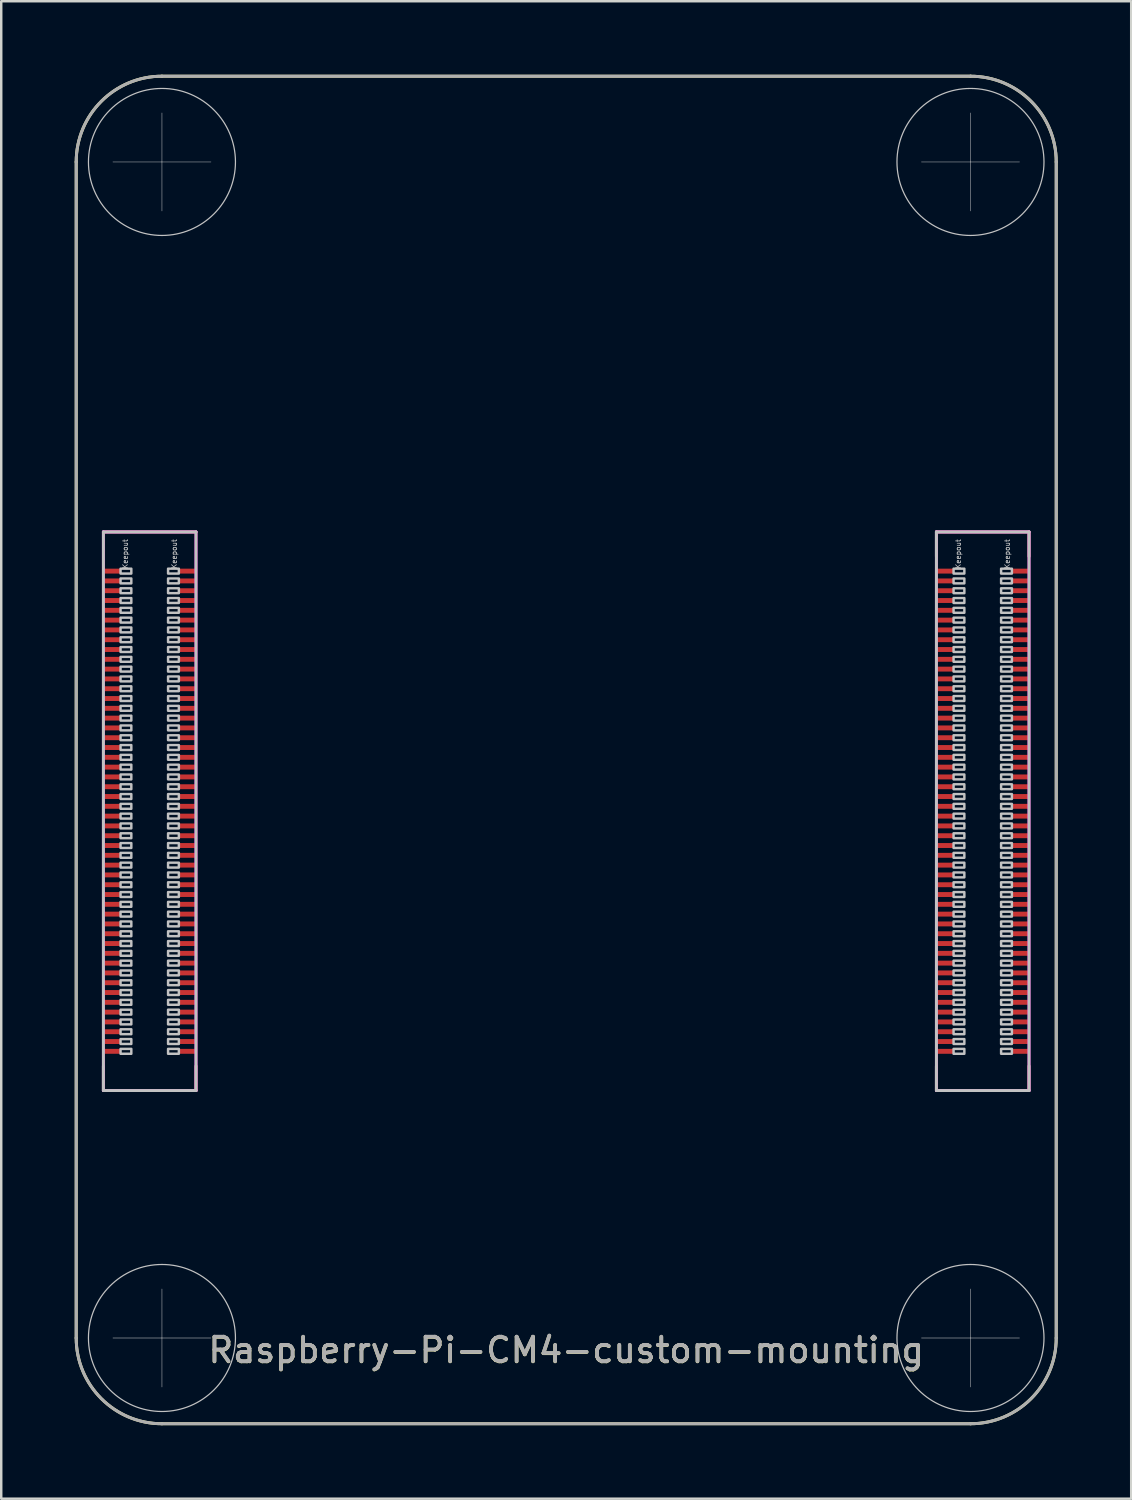
<source format=kicad_pcb>
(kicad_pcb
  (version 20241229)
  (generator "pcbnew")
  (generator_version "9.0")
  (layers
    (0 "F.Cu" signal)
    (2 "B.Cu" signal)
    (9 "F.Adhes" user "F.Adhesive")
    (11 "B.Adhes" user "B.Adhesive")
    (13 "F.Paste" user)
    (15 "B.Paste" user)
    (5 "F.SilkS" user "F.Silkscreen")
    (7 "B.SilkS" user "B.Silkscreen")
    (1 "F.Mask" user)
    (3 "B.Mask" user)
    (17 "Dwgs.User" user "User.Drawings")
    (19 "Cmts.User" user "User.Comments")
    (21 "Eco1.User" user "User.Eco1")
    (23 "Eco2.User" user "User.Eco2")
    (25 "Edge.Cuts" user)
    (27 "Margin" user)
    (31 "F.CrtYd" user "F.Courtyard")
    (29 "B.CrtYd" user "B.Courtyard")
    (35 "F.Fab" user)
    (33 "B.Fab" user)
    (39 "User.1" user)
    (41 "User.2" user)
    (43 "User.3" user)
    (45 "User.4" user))
  (footprint "Raspberry-Pi-CM4-custom-mounting"
    (layer "F.Cu")
    (at 20.06 30.06)
    (property "Reference" "Raspberry-Pi-CM4-custom-mounting" (at 0 22 0) (layer "F.SilkS") (effects (font (size 1 1) (thickness 0.15))))
    (attr smd)
    (fp_line (start -20 -26.5) (end -20 21.5) (stroke (width 0.12) (type solid)) (layer "F.SilkS"))
    (fp_line (start -18.89 -11.4) (end -15.11 -11.4) (stroke (width 0.12) (type solid)) (layer "F.SilkS"))
    (fp_line (start -18.89 11.4) (end -18.89 10.4) (stroke (width 0.12) (type solid)) (layer "F.SilkS"))
    (fp_line (start -18.89 11.4) (end -15.11 11.4) (stroke (width 0.12) (type solid)) (layer "F.SilkS"))
    (fp_line (start -16.5 25) (end 16.5 25) (stroke (width 0.12) (type solid)) (layer "F.SilkS"))
    (fp_line (start -15.11 11.4) (end -15.11 10.4) (stroke (width 0.12) (type solid)) (layer "F.SilkS"))
    (fp_line (start 15.11 -11.4) (end 15.11 -10.4) (stroke (width 0.12) (type solid)) (layer "F.SilkS"))
    (fp_line (start 15.11 -11.4) (end 18.89 -11.4) (stroke (width 0.12) (type solid)) (layer "F.SilkS"))
    (fp_line (start 15.11 11.4) (end 15.11 10.4) (stroke (width 0.12) (type solid)) (layer "F.SilkS"))
    (fp_line (start 15.11 11.4) (end 18.89 11.4) (stroke (width 0.12) (type solid)) (layer "F.SilkS"))
    (fp_line (start 16.5 -30) (end -16.5 -30) (stroke (width 0.12) (type solid)) (layer "F.SilkS"))
    (fp_line (start 18.89 -11.4) (end 18.89 -10.4) (stroke (width 0.12) (type solid)) (layer "F.SilkS"))
    (fp_line (start 18.89 11.4) (end 18.89 10.4) (stroke (width 0.12) (type solid)) (layer "F.SilkS"))
    (fp_line (start 20 21.5) (end 20 -26.5) (stroke (width 0.12) (type solid)) (layer "F.SilkS"))
    (fp_arc (start -20 -26.5) (mid -18.974874 -28.974874) (end -16.5 -30) (stroke (width 0.12) (type solid)) (layer "F.SilkS"))
    (fp_arc (start -16.5 25) (mid -18.974874 23.974874) (end -20 21.5) (stroke (width 0.12) (type solid)) (layer "F.SilkS"))
    (fp_arc (start 16.5 -30) (mid 18.974874 -28.974874) (end 20 -26.5) (stroke (width 0.12) (type solid)) (layer "F.SilkS"))
    (fp_arc (start 20 21.5) (mid 18.974874 23.974874) (end 16.5 25) (stroke (width 0.12) (type solid)) (layer "F.SilkS"))
    (fp_line (start -18.89 -11.4) (end -15.11 -11.4) (stroke (width 0.12) (type solid)) (layer "Dwgs.User"))
    (fp_line (start -18.89 11.4) (end -18.89 -11.4) (stroke (width 0.12) (type solid)) (layer "Dwgs.User"))
    (fp_line (start -16.5 -26.5) (end -18.5 -26.5) (stroke (width 0.02) (type solid)) (layer "Dwgs.User"))
    (fp_line (start -16.5 -26.5) (end -16.5 -28.5) (stroke (width 0.02) (type solid)) (layer "Dwgs.User"))
    (fp_line (start -16.5 -26.5) (end -16.5 -24.5) (stroke (width 0.02) (type solid)) (layer "Dwgs.User"))
    (fp_line (start -16.5 -26.5) (end -14.5 -26.5) (stroke (width 0.02) (type solid)) (layer "Dwgs.User"))
    (fp_line (start -16.5 21.5) (end -18.5 21.5) (stroke (width 0.02) (type solid)) (layer "Dwgs.User"))
    (fp_line (start -16.5 21.5) (end -16.5 19.5) (stroke (width 0.02) (type solid)) (layer "Dwgs.User"))
    (fp_line (start -16.5 21.5) (end -16.5 23.5) (stroke (width 0.02) (type solid)) (layer "Dwgs.User"))
    (fp_line (start -16.5 21.5) (end -14.5 21.5) (stroke (width 0.02) (type solid)) (layer "Dwgs.User"))
    (fp_line (start -15.11 -11.4) (end -15.11 11.4) (stroke (width 0.12) (type solid)) (layer "Dwgs.User"))
    (fp_line (start -15.11 11.4) (end -18.89 11.4) (stroke (width 0.12) (type solid)) (layer "Dwgs.User"))
    (fp_line (start 15.11 -11.4) (end 18.89 -11.4) (stroke (width 0.12) (type solid)) (layer "Dwgs.User"))
    (fp_line (start 15.11 11.4) (end 15.11 -11.4) (stroke (width 0.12) (type solid)) (layer "Dwgs.User"))
    (fp_line (start 16.5 -26.5) (end 14.5 -26.5) (stroke (width 0.02) (type solid)) (layer "Dwgs.User"))
    (fp_line (start 16.5 -26.5) (end 16.5 -28.5) (stroke (width 0.02) (type solid)) (layer "Dwgs.User"))
    (fp_line (start 16.5 -26.5) (end 16.5 -24.5) (stroke (width 0.02) (type solid)) (layer "Dwgs.User"))
    (fp_line (start 16.5 -26.5) (end 18.5 -26.5) (stroke (width 0.02) (type solid)) (layer "Dwgs.User"))
    (fp_line (start 16.5 21.5) (end 14.5 21.5) (stroke (width 0.02) (type solid)) (layer "Dwgs.User"))
    (fp_line (start 16.5 21.5) (end 16.5 19.5) (stroke (width 0.02) (type solid)) (layer "Dwgs.User"))
    (fp_line (start 16.5 21.5) (end 16.5 23.5) (stroke (width 0.02) (type solid)) (layer "Dwgs.User"))
    (fp_line (start 16.5 21.5) (end 18.5 21.5) (stroke (width 0.02) (type solid)) (layer "Dwgs.User"))
    (fp_line (start 18.89 -11.4) (end 18.89 11.4) (stroke (width 0.12) (type solid)) (layer "Dwgs.User"))
    (fp_line (start 18.89 11.4) (end 15.11 11.4) (stroke (width 0.12) (type solid)) (layer "Dwgs.User"))
    (fp_circle (center -16.5 -26.5) (end -13.5 -26.5) (stroke (width 0.05) (type solid)) (fill no) (layer "Dwgs.User"))
    (fp_circle (center -16.5 21.5) (end -13.5 21.5) (stroke (width 0.05) (type solid)) (fill no) (layer "Dwgs.User"))
    (fp_circle (center 16.5 -26.5) (end 19.5 -26.5) (stroke (width 0.05) (type solid)) (fill no) (layer "Dwgs.User"))
    (fp_circle (center 16.5 21.5) (end 19.5 21.5) (stroke (width 0.05) (type solid)) (fill no) (layer "Dwgs.User"))
    (fp_poly (pts (xy -17.75 -9.7) (xy -18.19 -9.7) (xy -18.19 -9.9) (xy -17.75 -9.9)) (stroke (width 0.1) (type solid)) (fill no) (layer "Dwgs.User"))
    (fp_poly (pts (xy -17.75 -9.3) (xy -18.19 -9.3) (xy -18.19 -9.5) (xy -17.75 -9.5)) (stroke (width 0.1) (type solid)) (fill no) (layer "Dwgs.User"))
    (fp_poly (pts (xy -17.75 -8.9) (xy -18.19 -8.9) (xy -18.19 -9.1) (xy -17.75 -9.1)) (stroke (width 0.1) (type solid)) (fill no) (layer "Dwgs.User"))
    (fp_poly (pts (xy -17.75 -8.5) (xy -18.19 -8.5) (xy -18.19 -8.7) (xy -17.75 -8.7)) (stroke (width 0.1) (type solid)) (fill no) (layer "Dwgs.User"))
    (fp_poly (pts (xy -17.75 -8.1) (xy -18.19 -8.1) (xy -18.19 -8.3) (xy -17.75 -8.3)) (stroke (width 0.1) (type solid)) (fill no) (layer "Dwgs.User"))
    (fp_poly (pts (xy -17.75 -7.7) (xy -18.19 -7.7) (xy -18.19 -7.9) (xy -17.75 -7.9)) (stroke (width 0.1) (type solid)) (fill no) (layer "Dwgs.User"))
    (fp_poly (pts (xy -17.75 -7.3) (xy -18.19 -7.3) (xy -18.19 -7.5) (xy -17.75 -7.5)) (stroke (width 0.1) (type solid)) (fill no) (layer "Dwgs.User"))
    (fp_poly (pts (xy -17.75 -6.9) (xy -18.19 -6.9) (xy -18.19 -7.1) (xy -17.75 -7.1)) (stroke (width 0.1) (type solid)) (fill no) (layer "Dwgs.User"))
    (fp_poly (pts (xy -17.75 -6.5) (xy -18.19 -6.5) (xy -18.19 -6.7) (xy -17.75 -6.7)) (stroke (width 0.1) (type solid)) (fill no) (layer "Dwgs.User"))
    (fp_poly (pts (xy -17.75 -6.1) (xy -18.19 -6.1) (xy -18.19 -6.3) (xy -17.75 -6.3)) (stroke (width 0.1) (type solid)) (fill no) (layer "Dwgs.User"))
    (fp_poly (pts (xy -17.75 -5.7) (xy -18.19 -5.7) (xy -18.19 -5.9) (xy -17.75 -5.9)) (stroke (width 0.1) (type solid)) (fill no) (layer "Dwgs.User"))
    (fp_poly (pts (xy -17.75 -5.3) (xy -18.19 -5.3) (xy -18.19 -5.5) (xy -17.75 -5.5)) (stroke (width 0.1) (type solid)) (fill no) (layer "Dwgs.User"))
    (fp_poly (pts (xy -17.75 -4.9) (xy -18.19 -4.9) (xy -18.19 -5.1) (xy -17.75 -5.1)) (stroke (width 0.1) (type solid)) (fill no) (layer "Dwgs.User"))
    (fp_poly (pts (xy -17.75 -4.5) (xy -18.19 -4.5) (xy -18.19 -4.7) (xy -17.75 -4.7)) (stroke (width 0.1) (type solid)) (fill no) (layer "Dwgs.User"))
    (fp_poly (pts (xy -17.75 -4.1) (xy -18.19 -4.1) (xy -18.19 -4.3) (xy -17.75 -4.3)) (stroke (width 0.1) (type solid)) (fill no) (layer "Dwgs.User"))
    (fp_poly (pts (xy -17.75 -3.7) (xy -18.19 -3.7) (xy -18.19 -3.9) (xy -17.75 -3.9)) (stroke (width 0.1) (type solid)) (fill no) (layer "Dwgs.User"))
    (fp_poly (pts (xy -17.75 -3.3) (xy -18.19 -3.3) (xy -18.19 -3.5) (xy -17.75 -3.5)) (stroke (width 0.1) (type solid)) (fill no) (layer "Dwgs.User"))
    (fp_poly (pts (xy -17.75 -2.9) (xy -18.19 -2.9) (xy -18.19 -3.1) (xy -17.75 -3.1)) (stroke (width 0.1) (type solid)) (fill no) (layer "Dwgs.User"))
    (fp_poly (pts (xy -17.75 -2.5) (xy -18.19 -2.5) (xy -18.19 -2.7) (xy -17.75 -2.7)) (stroke (width 0.1) (type solid)) (fill no) (layer "Dwgs.User"))
    (fp_poly (pts (xy -17.75 -2.1) (xy -18.19 -2.1) (xy -18.19 -2.3) (xy -17.75 -2.3)) (stroke (width 0.1) (type solid)) (fill no) (layer "Dwgs.User"))
    (fp_poly (pts (xy -17.75 -1.7) (xy -18.19 -1.7) (xy -18.19 -1.9) (xy -17.75 -1.9)) (stroke (width 0.1) (type solid)) (fill no) (layer "Dwgs.User"))
    (fp_poly (pts (xy -17.75 -1.3) (xy -18.19 -1.3) (xy -18.19 -1.5) (xy -17.75 -1.5)) (stroke (width 0.1) (type solid)) (fill no) (layer "Dwgs.User"))
    (fp_poly (pts (xy -17.75 -0.9) (xy -18.19 -0.9) (xy -18.19 -1.1) (xy -17.75 -1.1)) (stroke (width 0.1) (type solid)) (fill no) (layer "Dwgs.User"))
    (fp_poly (pts (xy -17.75 -0.5) (xy -18.19 -0.5) (xy -18.19 -0.7) (xy -17.75 -0.7)) (stroke (width 0.1) (type solid)) (fill no) (layer "Dwgs.User"))
    (fp_poly (pts (xy -17.75 -0.1) (xy -18.19 -0.1) (xy -18.19 -0.3) (xy -17.75 -0.3)) (stroke (width 0.1) (type solid)) (fill no) (layer "Dwgs.User"))
    (fp_poly (pts (xy -17.75 0.3) (xy -18.19 0.3) (xy -18.19 0.1) (xy -17.75 0.1)) (stroke (width 0.1) (type solid)) (fill no) (layer "Dwgs.User"))
    (fp_poly (pts (xy -17.75 0.7) (xy -18.19 0.7) (xy -18.19 0.5) (xy -17.75 0.5)) (stroke (width 0.1) (type solid)) (fill no) (layer "Dwgs.User"))
    (fp_poly (pts (xy -17.75 1.1) (xy -18.19 1.1) (xy -18.19 0.9) (xy -17.75 0.9)) (stroke (width 0.1) (type solid)) (fill no) (layer "Dwgs.User"))
    (fp_poly (pts (xy -17.75 1.5) (xy -18.19 1.5) (xy -18.19 1.3) (xy -17.75 1.3)) (stroke (width 0.1) (type solid)) (fill no) (layer "Dwgs.User"))
    (fp_poly (pts (xy -17.75 1.9) (xy -18.19 1.9) (xy -18.19 1.7) (xy -17.75 1.7)) (stroke (width 0.1) (type solid)) (fill no) (layer "Dwgs.User"))
    (fp_poly (pts (xy -17.75 2.3) (xy -18.19 2.3) (xy -18.19 2.1) (xy -17.75 2.1)) (stroke (width 0.1) (type solid)) (fill no) (layer "Dwgs.User"))
    (fp_poly (pts (xy -17.75 2.7) (xy -18.19 2.7) (xy -18.19 2.5) (xy -17.75 2.5)) (stroke (width 0.1) (type solid)) (fill no) (layer "Dwgs.User"))
    (fp_poly (pts (xy -17.75 3.1) (xy -18.19 3.1) (xy -18.19 2.9) (xy -17.75 2.9)) (stroke (width 0.1) (type solid)) (fill no) (layer "Dwgs.User"))
    (fp_poly (pts (xy -17.75 3.5) (xy -18.19 3.5) (xy -18.19 3.3) (xy -17.75 3.3)) (stroke (width 0.1) (type solid)) (fill no) (layer "Dwgs.User"))
    (fp_poly (pts (xy -17.75 3.9) (xy -18.19 3.9) (xy -18.19 3.7) (xy -17.75 3.7)) (stroke (width 0.1) (type solid)) (fill no) (layer "Dwgs.User"))
    (fp_poly (pts (xy -17.75 4.3) (xy -18.19 4.3) (xy -18.19 4.1) (xy -17.75 4.1)) (stroke (width 0.1) (type solid)) (fill no) (layer "Dwgs.User"))
    (fp_poly (pts (xy -17.75 4.7) (xy -18.19 4.7) (xy -18.19 4.5) (xy -17.75 4.5)) (stroke (width 0.1) (type solid)) (fill no) (layer "Dwgs.User"))
    (fp_poly (pts (xy -17.75 5.1) (xy -18.19 5.1) (xy -18.19 4.9) (xy -17.75 4.9)) (stroke (width 0.1) (type solid)) (fill no) (layer "Dwgs.User"))
    (fp_poly (pts (xy -17.75 5.5) (xy -18.19 5.5) (xy -18.19 5.3) (xy -17.75 5.3)) (stroke (width 0.1) (type solid)) (fill no) (layer "Dwgs.User"))
    (fp_poly (pts (xy -17.75 5.9) (xy -18.19 5.9) (xy -18.19 5.7) (xy -17.75 5.7)) (stroke (width 0.1) (type solid)) (fill no) (layer "Dwgs.User"))
    (fp_poly (pts (xy -17.75 6.3) (xy -18.19 6.3) (xy -18.19 6.1) (xy -17.75 6.1)) (stroke (width 0.1) (type solid)) (fill no) (layer "Dwgs.User"))
    (fp_poly (pts (xy -17.75 6.7) (xy -18.19 6.7) (xy -18.19 6.5) (xy -17.75 6.5)) (stroke (width 0.1) (type solid)) (fill no) (layer "Dwgs.User"))
    (fp_poly (pts (xy -17.75 7.1) (xy -18.19 7.1) (xy -18.19 6.9) (xy -17.75 6.9)) (stroke (width 0.1) (type solid)) (fill no) (layer "Dwgs.User"))
    (fp_poly (pts (xy -17.75 7.5) (xy -18.19 7.5) (xy -18.19 7.3) (xy -17.75 7.3)) (stroke (width 0.1) (type solid)) (fill no) (layer "Dwgs.User"))
    (fp_poly (pts (xy -17.75 7.9) (xy -18.19 7.9) (xy -18.19 7.7) (xy -17.75 7.7)) (stroke (width 0.1) (type solid)) (fill no) (layer "Dwgs.User"))
    (fp_poly (pts (xy -17.75 8.3) (xy -18.19 8.3) (xy -18.19 8.1) (xy -17.75 8.1)) (stroke (width 0.1) (type solid)) (fill no) (layer "Dwgs.User"))
    (fp_poly (pts (xy -17.75 8.7) (xy -18.19 8.7) (xy -18.19 8.5) (xy -17.75 8.5)) (stroke (width 0.1) (type solid)) (fill no) (layer "Dwgs.User"))
    (fp_poly (pts (xy -17.75 9.1) (xy -18.19 9.1) (xy -18.19 8.9) (xy -17.75 8.9)) (stroke (width 0.1) (type solid)) (fill no) (layer "Dwgs.User"))
    (fp_poly (pts (xy -17.75 9.5) (xy -18.19 9.5) (xy -18.19 9.3) (xy -17.75 9.3)) (stroke (width 0.1) (type solid)) (fill no) (layer "Dwgs.User"))
    (fp_poly (pts (xy -17.75 9.9) (xy -18.19 9.9) (xy -18.19 9.7) (xy -17.75 9.7)) (stroke (width 0.1) (type solid)) (fill no) (layer "Dwgs.User"))
    (fp_poly (pts (xy -15.81 -9.7) (xy -16.25 -9.7) (xy -16.25 -9.9) (xy -15.81 -9.9)) (stroke (width 0.1) (type solid)) (fill no) (layer "Dwgs.User"))
    (fp_poly (pts (xy -15.81 -9.3) (xy -16.25 -9.3) (xy -16.25 -9.5) (xy -15.81 -9.5)) (stroke (width 0.1) (type solid)) (fill no) (layer "Dwgs.User"))
    (fp_poly (pts (xy -15.81 -8.9) (xy -16.25 -8.9) (xy -16.25 -9.1) (xy -15.81 -9.1)) (stroke (width 0.1) (type solid)) (fill no) (layer "Dwgs.User"))
    (fp_poly (pts (xy -15.81 -8.5) (xy -16.25 -8.5) (xy -16.25 -8.7) (xy -15.81 -8.7)) (stroke (width 0.1) (type solid)) (fill no) (layer "Dwgs.User"))
    (fp_poly (pts (xy -15.81 -8.1) (xy -16.25 -8.1) (xy -16.25 -8.3) (xy -15.81 -8.3)) (stroke (width 0.1) (type solid)) (fill no) (layer "Dwgs.User"))
    (fp_poly (pts (xy -15.81 -7.7) (xy -16.25 -7.7) (xy -16.25 -7.9) (xy -15.81 -7.9)) (stroke (width 0.1) (type solid)) (fill no) (layer "Dwgs.User"))
    (fp_poly (pts (xy -15.81 -7.3) (xy -16.25 -7.3) (xy -16.25 -7.5) (xy -15.81 -7.5)) (stroke (width 0.1) (type solid)) (fill no) (layer "Dwgs.User"))
    (fp_poly (pts (xy -15.81 -6.9) (xy -16.25 -6.9) (xy -16.25 -7.1) (xy -15.81 -7.1)) (stroke (width 0.1) (type solid)) (fill no) (layer "Dwgs.User"))
    (fp_poly (pts (xy -15.81 -6.5) (xy -16.25 -6.5) (xy -16.25 -6.7) (xy -15.81 -6.7)) (stroke (width 0.1) (type solid)) (fill no) (layer "Dwgs.User"))
    (fp_poly (pts (xy -15.81 -6.1) (xy -16.25 -6.1) (xy -16.25 -6.3) (xy -15.81 -6.3)) (stroke (width 0.1) (type solid)) (fill no) (layer "Dwgs.User"))
    (fp_poly (pts (xy -15.81 -5.7) (xy -16.25 -5.7) (xy -16.25 -5.9) (xy -15.81 -5.9)) (stroke (width 0.1) (type solid)) (fill no) (layer "Dwgs.User"))
    (fp_poly (pts (xy -15.81 -5.3) (xy -16.25 -5.3) (xy -16.25 -5.5) (xy -15.81 -5.5)) (stroke (width 0.1) (type solid)) (fill no) (layer "Dwgs.User"))
    (fp_poly (pts (xy -15.81 -4.9) (xy -16.25 -4.9) (xy -16.25 -5.1) (xy -15.81 -5.1)) (stroke (width 0.1) (type solid)) (fill no) (layer "Dwgs.User"))
    (fp_poly (pts (xy -15.81 -4.5) (xy -16.25 -4.5) (xy -16.25 -4.7) (xy -15.81 -4.7)) (stroke (width 0.1) (type solid)) (fill no) (layer "Dwgs.User"))
    (fp_poly (pts (xy -15.81 -4.1) (xy -16.25 -4.1) (xy -16.25 -4.3) (xy -15.81 -4.3)) (stroke (width 0.1) (type solid)) (fill no) (layer "Dwgs.User"))
    (fp_poly (pts (xy -15.81 -3.7) (xy -16.25 -3.7) (xy -16.25 -3.9) (xy -15.81 -3.9)) (stroke (width 0.1) (type solid)) (fill no) (layer "Dwgs.User"))
    (fp_poly (pts (xy -15.81 -3.3) (xy -16.25 -3.3) (xy -16.25 -3.5) (xy -15.81 -3.5)) (stroke (width 0.1) (type solid)) (fill no) (layer "Dwgs.User"))
    (fp_poly (pts (xy -15.81 -2.9) (xy -16.25 -2.9) (xy -16.25 -3.1) (xy -15.81 -3.1)) (stroke (width 0.1) (type solid)) (fill no) (layer "Dwgs.User"))
    (fp_poly (pts (xy -15.81 -2.5) (xy -16.25 -2.5) (xy -16.25 -2.7) (xy -15.81 -2.7)) (stroke (width 0.1) (type solid)) (fill no) (layer "Dwgs.User"))
    (fp_poly (pts (xy -15.81 -2.1) (xy -16.25 -2.1) (xy -16.25 -2.3) (xy -15.81 -2.3)) (stroke (width 0.1) (type solid)) (fill no) (layer "Dwgs.User"))
    (fp_poly (pts (xy -15.81 -1.7) (xy -16.25 -1.7) (xy -16.25 -1.9) (xy -15.81 -1.9)) (stroke (width 0.1) (type solid)) (fill no) (layer "Dwgs.User"))
    (fp_poly (pts (xy -15.81 -1.3) (xy -16.25 -1.3) (xy -16.25 -1.5) (xy -15.81 -1.5)) (stroke (width 0.1) (type solid)) (fill no) (layer "Dwgs.User"))
    (fp_poly (pts (xy -15.81 -0.9) (xy -16.25 -0.9) (xy -16.25 -1.1) (xy -15.81 -1.1)) (stroke (width 0.1) (type solid)) (fill no) (layer "Dwgs.User"))
    (fp_poly (pts (xy -15.81 -0.5) (xy -16.25 -0.5) (xy -16.25 -0.7) (xy -15.81 -0.7)) (stroke (width 0.1) (type solid)) (fill no) (layer "Dwgs.User"))
    (fp_poly (pts (xy -15.81 -0.1) (xy -16.25 -0.1) (xy -16.25 -0.3) (xy -15.81 -0.3)) (stroke (width 0.1) (type solid)) (fill no) (layer "Dwgs.User"))
    (fp_poly (pts (xy -15.81 0.3) (xy -16.25 0.3) (xy -16.25 0.1) (xy -15.81 0.1)) (stroke (width 0.1) (type solid)) (fill no) (layer "Dwgs.User"))
    (fp_poly (pts (xy -15.81 0.7) (xy -16.25 0.7) (xy -16.25 0.5) (xy -15.81 0.5)) (stroke (width 0.1) (type solid)) (fill no) (layer "Dwgs.User"))
    (fp_poly (pts (xy -15.81 1.1) (xy -16.25 1.1) (xy -16.25 0.9) (xy -15.81 0.9)) (stroke (width 0.1) (type solid)) (fill no) (layer "Dwgs.User"))
    (fp_poly (pts (xy -15.81 1.5) (xy -16.25 1.5) (xy -16.25 1.3) (xy -15.81 1.3)) (stroke (width 0.1) (type solid)) (fill no) (layer "Dwgs.User"))
    (fp_poly (pts (xy -15.81 1.9) (xy -16.25 1.9) (xy -16.25 1.7) (xy -15.81 1.7)) (stroke (width 0.1) (type solid)) (fill no) (layer "Dwgs.User"))
    (fp_poly (pts (xy -15.81 2.3) (xy -16.25 2.3) (xy -16.25 2.1) (xy -15.81 2.1)) (stroke (width 0.1) (type solid)) (fill no) (layer "Dwgs.User"))
    (fp_poly (pts (xy -15.81 2.7) (xy -16.25 2.7) (xy -16.25 2.5) (xy -15.81 2.5)) (stroke (width 0.1) (type solid)) (fill no) (layer "Dwgs.User"))
    (fp_poly (pts (xy -15.81 3.1) (xy -16.25 3.1) (xy -16.25 2.9) (xy -15.81 2.9)) (stroke (width 0.1) (type solid)) (fill no) (layer "Dwgs.User"))
    (fp_poly (pts (xy -15.81 3.5) (xy -16.25 3.5) (xy -16.25 3.3) (xy -15.81 3.3)) (stroke (width 0.1) (type solid)) (fill no) (layer "Dwgs.User"))
    (fp_poly (pts (xy -15.81 3.9) (xy -16.25 3.9) (xy -16.25 3.7) (xy -15.81 3.7)) (stroke (width 0.1) (type solid)) (fill no) (layer "Dwgs.User"))
    (fp_poly (pts (xy -15.81 4.3) (xy -16.25 4.3) (xy -16.25 4.1) (xy -15.81 4.1)) (stroke (width 0.1) (type solid)) (fill no) (layer "Dwgs.User"))
    (fp_poly (pts (xy -15.81 4.7) (xy -16.25 4.7) (xy -16.25 4.5) (xy -15.81 4.5)) (stroke (width 0.1) (type solid)) (fill no) (layer "Dwgs.User"))
    (fp_poly (pts (xy -15.81 5.1) (xy -16.25 5.1) (xy -16.25 4.9) (xy -15.81 4.9)) (stroke (width 0.1) (type solid)) (fill no) (layer "Dwgs.User"))
    (fp_poly (pts (xy -15.81 5.5) (xy -16.25 5.5) (xy -16.25 5.3) (xy -15.81 5.3)) (stroke (width 0.1) (type solid)) (fill no) (layer "Dwgs.User"))
    (fp_poly (pts (xy -15.81 5.9) (xy -16.25 5.9) (xy -16.25 5.7) (xy -15.81 5.7)) (stroke (width 0.1) (type solid)) (fill no) (layer "Dwgs.User"))
    (fp_poly (pts (xy -15.81 6.3) (xy -16.25 6.3) (xy -16.25 6.1) (xy -15.81 6.1)) (stroke (width 0.1) (type solid)) (fill no) (layer "Dwgs.User"))
    (fp_poly (pts (xy -15.81 6.7) (xy -16.25 6.7) (xy -16.25 6.5) (xy -15.81 6.5)) (stroke (width 0.1) (type solid)) (fill no) (layer "Dwgs.User"))
    (fp_poly (pts (xy -15.81 7.1) (xy -16.25 7.1) (xy -16.25 6.9) (xy -15.81 6.9)) (stroke (width 0.1) (type solid)) (fill no) (layer "Dwgs.User"))
    (fp_poly (pts (xy -15.81 7.5) (xy -16.25 7.5) (xy -16.25 7.3) (xy -15.81 7.3)) (stroke (width 0.1) (type solid)) (fill no) (layer "Dwgs.User"))
    (fp_poly (pts (xy -15.81 7.9) (xy -16.25 7.9) (xy -16.25 7.7) (xy -15.81 7.7)) (stroke (width 0.1) (type solid)) (fill no) (layer "Dwgs.User"))
    (fp_poly (pts (xy -15.81 8.3) (xy -16.25 8.3) (xy -16.25 8.1) (xy -15.81 8.1)) (stroke (width 0.1) (type solid)) (fill no) (layer "Dwgs.User"))
    (fp_poly (pts (xy -15.81 8.7) (xy -16.25 8.7) (xy -16.25 8.5) (xy -15.81 8.5)) (stroke (width 0.1) (type solid)) (fill no) (layer "Dwgs.User"))
    (fp_poly (pts (xy -15.81 9.1) (xy -16.25 9.1) (xy -16.25 8.9) (xy -15.81 8.9)) (stroke (width 0.1) (type solid)) (fill no) (layer "Dwgs.User"))
    (fp_poly (pts (xy -15.81 9.5) (xy -16.25 9.5) (xy -16.25 9.3) (xy -15.81 9.3)) (stroke (width 0.1) (type solid)) (fill no) (layer "Dwgs.User"))
    (fp_poly (pts (xy -15.81 9.9) (xy -16.25 9.9) (xy -16.25 9.7) (xy -15.81 9.7)) (stroke (width 0.1) (type solid)) (fill no) (layer "Dwgs.User"))
    (fp_poly (pts (xy 16.25 -9.7) (xy 15.81 -9.7) (xy 15.81 -9.9) (xy 16.25 -9.9)) (stroke (width 0.1) (type solid)) (fill no) (layer "Dwgs.User"))
    (fp_poly (pts (xy 16.25 -9.3) (xy 15.81 -9.3) (xy 15.81 -9.5) (xy 16.25 -9.5)) (stroke (width 0.1) (type solid)) (fill no) (layer "Dwgs.User"))
    (fp_poly (pts (xy 16.25 -8.9) (xy 15.81 -8.9) (xy 15.81 -9.1) (xy 16.25 -9.1)) (stroke (width 0.1) (type solid)) (fill no) (layer "Dwgs.User"))
    (fp_poly (pts (xy 16.25 -8.5) (xy 15.81 -8.5) (xy 15.81 -8.7) (xy 16.25 -8.7)) (stroke (width 0.1) (type solid)) (fill no) (layer "Dwgs.User"))
    (fp_poly (pts (xy 16.25 -8.1) (xy 15.81 -8.1) (xy 15.81 -8.3) (xy 16.25 -8.3)) (stroke (width 0.1) (type solid)) (fill no) (layer "Dwgs.User"))
    (fp_poly (pts (xy 16.25 -7.7) (xy 15.81 -7.7) (xy 15.81 -7.9) (xy 16.25 -7.9)) (stroke (width 0.1) (type solid)) (fill no) (layer "Dwgs.User"))
    (fp_poly (pts (xy 16.25 -7.3) (xy 15.81 -7.3) (xy 15.81 -7.5) (xy 16.25 -7.5)) (stroke (width 0.1) (type solid)) (fill no) (layer "Dwgs.User"))
    (fp_poly (pts (xy 16.25 -6.9) (xy 15.81 -6.9) (xy 15.81 -7.1) (xy 16.25 -7.1)) (stroke (width 0.1) (type solid)) (fill no) (layer "Dwgs.User"))
    (fp_poly (pts (xy 16.25 -6.5) (xy 15.81 -6.5) (xy 15.81 -6.7) (xy 16.25 -6.7)) (stroke (width 0.1) (type solid)) (fill no) (layer "Dwgs.User"))
    (fp_poly (pts (xy 16.25 -6.1) (xy 15.81 -6.1) (xy 15.81 -6.3) (xy 16.25 -6.3)) (stroke (width 0.1) (type solid)) (fill no) (layer "Dwgs.User"))
    (fp_poly (pts (xy 16.25 -5.7) (xy 15.81 -5.7) (xy 15.81 -5.9) (xy 16.25 -5.9)) (stroke (width 0.1) (type solid)) (fill no) (layer "Dwgs.User"))
    (fp_poly (pts (xy 16.25 -5.3) (xy 15.81 -5.3) (xy 15.81 -5.5) (xy 16.25 -5.5)) (stroke (width 0.1) (type solid)) (fill no) (layer "Dwgs.User"))
    (fp_poly (pts (xy 16.25 -4.9) (xy 15.81 -4.9) (xy 15.81 -5.1) (xy 16.25 -5.1)) (stroke (width 0.1) (type solid)) (fill no) (layer "Dwgs.User"))
    (fp_poly (pts (xy 16.25 -4.5) (xy 15.81 -4.5) (xy 15.81 -4.7) (xy 16.25 -4.7)) (stroke (width 0.1) (type solid)) (fill no) (layer "Dwgs.User"))
    (fp_poly (pts (xy 16.25 -4.1) (xy 15.81 -4.1) (xy 15.81 -4.3) (xy 16.25 -4.3)) (stroke (width 0.1) (type solid)) (fill no) (layer "Dwgs.User"))
    (fp_poly (pts (xy 16.25 -3.7) (xy 15.81 -3.7) (xy 15.81 -3.9) (xy 16.25 -3.9)) (stroke (width 0.1) (type solid)) (fill no) (layer "Dwgs.User"))
    (fp_poly (pts (xy 16.25 -3.3) (xy 15.81 -3.3) (xy 15.81 -3.5) (xy 16.25 -3.5)) (stroke (width 0.1) (type solid)) (fill no) (layer "Dwgs.User"))
    (fp_poly (pts (xy 16.25 -2.9) (xy 15.81 -2.9) (xy 15.81 -3.1) (xy 16.25 -3.1)) (stroke (width 0.1) (type solid)) (fill no) (layer "Dwgs.User"))
    (fp_poly (pts (xy 16.25 -2.5) (xy 15.81 -2.5) (xy 15.81 -2.7) (xy 16.25 -2.7)) (stroke (width 0.1) (type solid)) (fill no) (layer "Dwgs.User"))
    (fp_poly (pts (xy 16.25 -2.1) (xy 15.81 -2.1) (xy 15.81 -2.3) (xy 16.25 -2.3)) (stroke (width 0.1) (type solid)) (fill no) (layer "Dwgs.User"))
    (fp_poly (pts (xy 16.25 -1.7) (xy 15.81 -1.7) (xy 15.81 -1.9) (xy 16.25 -1.9)) (stroke (width 0.1) (type solid)) (fill no) (layer "Dwgs.User"))
    (fp_poly (pts (xy 16.25 -1.3) (xy 15.81 -1.3) (xy 15.81 -1.5) (xy 16.25 -1.5)) (stroke (width 0.1) (type solid)) (fill no) (layer "Dwgs.User"))
    (fp_poly (pts (xy 16.25 -0.9) (xy 15.81 -0.9) (xy 15.81 -1.1) (xy 16.25 -1.1)) (stroke (width 0.1) (type solid)) (fill no) (layer "Dwgs.User"))
    (fp_poly (pts (xy 16.25 -0.5) (xy 15.81 -0.5) (xy 15.81 -0.7) (xy 16.25 -0.7)) (stroke (width 0.1) (type solid)) (fill no) (layer "Dwgs.User"))
    (fp_poly (pts (xy 16.25 -0.1) (xy 15.81 -0.1) (xy 15.81 -0.3) (xy 16.25 -0.3)) (stroke (width 0.1) (type solid)) (fill no) (layer "Dwgs.User"))
    (fp_poly (pts (xy 16.25 0.3) (xy 15.81 0.3) (xy 15.81 0.1) (xy 16.25 0.1)) (stroke (width 0.1) (type solid)) (fill no) (layer "Dwgs.User"))
    (fp_poly (pts (xy 16.25 0.7) (xy 15.81 0.7) (xy 15.81 0.5) (xy 16.25 0.5)) (stroke (width 0.1) (type solid)) (fill no) (layer "Dwgs.User"))
    (fp_poly (pts (xy 16.25 1.1) (xy 15.81 1.1) (xy 15.81 0.9) (xy 16.25 0.9)) (stroke (width 0.1) (type solid)) (fill no) (layer "Dwgs.User"))
    (fp_poly (pts (xy 16.25 1.5) (xy 15.81 1.5) (xy 15.81 1.3) (xy 16.25 1.3)) (stroke (width 0.1) (type solid)) (fill no) (layer "Dwgs.User"))
    (fp_poly (pts (xy 16.25 1.9) (xy 15.81 1.9) (xy 15.81 1.7) (xy 16.25 1.7)) (stroke (width 0.1) (type solid)) (fill no) (layer "Dwgs.User"))
    (fp_poly (pts (xy 16.25 2.3) (xy 15.81 2.3) (xy 15.81 2.1) (xy 16.25 2.1)) (stroke (width 0.1) (type solid)) (fill no) (layer "Dwgs.User"))
    (fp_poly (pts (xy 16.25 2.7) (xy 15.81 2.7) (xy 15.81 2.5) (xy 16.25 2.5)) (stroke (width 0.1) (type solid)) (fill no) (layer "Dwgs.User"))
    (fp_poly (pts (xy 16.25 3.1) (xy 15.81 3.1) (xy 15.81 2.9) (xy 16.25 2.9)) (stroke (width 0.1) (type solid)) (fill no) (layer "Dwgs.User"))
    (fp_poly (pts (xy 16.25 3.5) (xy 15.81 3.5) (xy 15.81 3.3) (xy 16.25 3.3)) (stroke (width 0.1) (type solid)) (fill no) (layer "Dwgs.User"))
    (fp_poly (pts (xy 16.25 3.9) (xy 15.81 3.9) (xy 15.81 3.7) (xy 16.25 3.7)) (stroke (width 0.1) (type solid)) (fill no) (layer "Dwgs.User"))
    (fp_poly (pts (xy 16.25 4.3) (xy 15.81 4.3) (xy 15.81 4.1) (xy 16.25 4.1)) (stroke (width 0.1) (type solid)) (fill no) (layer "Dwgs.User"))
    (fp_poly (pts (xy 16.25 4.7) (xy 15.81 4.7) (xy 15.81 4.5) (xy 16.25 4.5)) (stroke (width 0.1) (type solid)) (fill no) (layer "Dwgs.User"))
    (fp_poly (pts (xy 16.25 5.1) (xy 15.81 5.1) (xy 15.81 4.9) (xy 16.25 4.9)) (stroke (width 0.1) (type solid)) (fill no) (layer "Dwgs.User"))
    (fp_poly (pts (xy 16.25 5.5) (xy 15.81 5.5) (xy 15.81 5.3) (xy 16.25 5.3)) (stroke (width 0.1) (type solid)) (fill no) (layer "Dwgs.User"))
    (fp_poly (pts (xy 16.25 5.9) (xy 15.81 5.9) (xy 15.81 5.7) (xy 16.25 5.7)) (stroke (width 0.1) (type solid)) (fill no) (layer "Dwgs.User"))
    (fp_poly (pts (xy 16.25 6.3) (xy 15.81 6.3) (xy 15.81 6.1) (xy 16.25 6.1)) (stroke (width 0.1) (type solid)) (fill no) (layer "Dwgs.User"))
    (fp_poly (pts (xy 16.25 6.7) (xy 15.81 6.7) (xy 15.81 6.5) (xy 16.25 6.5)) (stroke (width 0.1) (type solid)) (fill no) (layer "Dwgs.User"))
    (fp_poly (pts (xy 16.25 7.1) (xy 15.81 7.1) (xy 15.81 6.9) (xy 16.25 6.9)) (stroke (width 0.1) (type solid)) (fill no) (layer "Dwgs.User"))
    (fp_poly (pts (xy 16.25 7.5) (xy 15.81 7.5) (xy 15.81 7.3) (xy 16.25 7.3)) (stroke (width 0.1) (type solid)) (fill no) (layer "Dwgs.User"))
    (fp_poly (pts (xy 16.25 7.9) (xy 15.81 7.9) (xy 15.81 7.7) (xy 16.25 7.7)) (stroke (width 0.1) (type solid)) (fill no) (layer "Dwgs.User"))
    (fp_poly (pts (xy 16.25 8.3) (xy 15.81 8.3) (xy 15.81 8.1) (xy 16.25 8.1)) (stroke (width 0.1) (type solid)) (fill no) (layer "Dwgs.User"))
    (fp_poly (pts (xy 16.25 8.7) (xy 15.81 8.7) (xy 15.81 8.5) (xy 16.25 8.5)) (stroke (width 0.1) (type solid)) (fill no) (layer "Dwgs.User"))
    (fp_poly (pts (xy 16.25 9.1) (xy 15.81 9.1) (xy 15.81 8.9) (xy 16.25 8.9)) (stroke (width 0.1) (type solid)) (fill no) (layer "Dwgs.User"))
    (fp_poly (pts (xy 16.25 9.5) (xy 15.81 9.5) (xy 15.81 9.3) (xy 16.25 9.3)) (stroke (width 0.1) (type solid)) (fill no) (layer "Dwgs.User"))
    (fp_poly (pts (xy 16.25 9.9) (xy 15.81 9.9) (xy 15.81 9.7) (xy 16.25 9.7)) (stroke (width 0.1) (type solid)) (fill no) (layer "Dwgs.User"))
    (fp_poly (pts (xy 18.19 -9.7) (xy 17.75 -9.7) (xy 17.75 -9.9) (xy 18.19 -9.9)) (stroke (width 0.1) (type solid)) (fill no) (layer "Dwgs.User"))
    (fp_poly (pts (xy 18.19 -9.3) (xy 17.75 -9.3) (xy 17.75 -9.5) (xy 18.19 -9.5)) (stroke (width 0.1) (type solid)) (fill no) (layer "Dwgs.User"))
    (fp_poly (pts (xy 18.19 -8.9) (xy 17.75 -8.9) (xy 17.75 -9.1) (xy 18.19 -9.1)) (stroke (width 0.1) (type solid)) (fill no) (layer "Dwgs.User"))
    (fp_poly (pts (xy 18.19 -8.5) (xy 17.75 -8.5) (xy 17.75 -8.7) (xy 18.19 -8.7)) (stroke (width 0.1) (type solid)) (fill no) (layer "Dwgs.User"))
    (fp_poly (pts (xy 18.19 -8.1) (xy 17.75 -8.1) (xy 17.75 -8.3) (xy 18.19 -8.3)) (stroke (width 0.1) (type solid)) (fill no) (layer "Dwgs.User"))
    (fp_poly (pts (xy 18.19 -7.7) (xy 17.75 -7.7) (xy 17.75 -7.9) (xy 18.19 -7.9)) (stroke (width 0.1) (type solid)) (fill no) (layer "Dwgs.User"))
    (fp_poly (pts (xy 18.19 -7.3) (xy 17.75 -7.3) (xy 17.75 -7.5) (xy 18.19 -7.5)) (stroke (width 0.1) (type solid)) (fill no) (layer "Dwgs.User"))
    (fp_poly (pts (xy 18.19 -6.9) (xy 17.75 -6.9) (xy 17.75 -7.1) (xy 18.19 -7.1)) (stroke (width 0.1) (type solid)) (fill no) (layer "Dwgs.User"))
    (fp_poly (pts (xy 18.19 -6.5) (xy 17.75 -6.5) (xy 17.75 -6.7) (xy 18.19 -6.7)) (stroke (width 0.1) (type solid)) (fill no) (layer "Dwgs.User"))
    (fp_poly (pts (xy 18.19 -6.1) (xy 17.75 -6.1) (xy 17.75 -6.3) (xy 18.19 -6.3)) (stroke (width 0.1) (type solid)) (fill no) (layer "Dwgs.User"))
    (fp_poly (pts (xy 18.19 -5.7) (xy 17.75 -5.7) (xy 17.75 -5.9) (xy 18.19 -5.9)) (stroke (width 0.1) (type solid)) (fill no) (layer "Dwgs.User"))
    (fp_poly (pts (xy 18.19 -5.3) (xy 17.75 -5.3) (xy 17.75 -5.5) (xy 18.19 -5.5)) (stroke (width 0.1) (type solid)) (fill no) (layer "Dwgs.User"))
    (fp_poly (pts (xy 18.19 -4.9) (xy 17.75 -4.9) (xy 17.75 -5.1) (xy 18.19 -5.1)) (stroke (width 0.1) (type solid)) (fill no) (layer "Dwgs.User"))
    (fp_poly (pts (xy 18.19 -4.5) (xy 17.75 -4.5) (xy 17.75 -4.7) (xy 18.19 -4.7)) (stroke (width 0.1) (type solid)) (fill no) (layer "Dwgs.User"))
    (fp_poly (pts (xy 18.19 -4.1) (xy 17.75 -4.1) (xy 17.75 -4.3) (xy 18.19 -4.3)) (stroke (width 0.1) (type solid)) (fill no) (layer "Dwgs.User"))
    (fp_poly (pts (xy 18.19 -3.7) (xy 17.75 -3.7) (xy 17.75 -3.9) (xy 18.19 -3.9)) (stroke (width 0.1) (type solid)) (fill no) (layer "Dwgs.User"))
    (fp_poly (pts (xy 18.19 -3.3) (xy 17.75 -3.3) (xy 17.75 -3.5) (xy 18.19 -3.5)) (stroke (width 0.1) (type solid)) (fill no) (layer "Dwgs.User"))
    (fp_poly (pts (xy 18.19 -2.9) (xy 17.75 -2.9) (xy 17.75 -3.1) (xy 18.19 -3.1)) (stroke (width 0.1) (type solid)) (fill no) (layer "Dwgs.User"))
    (fp_poly (pts (xy 18.19 -2.5) (xy 17.75 -2.5) (xy 17.75 -2.7) (xy 18.19 -2.7)) (stroke (width 0.1) (type solid)) (fill no) (layer "Dwgs.User"))
    (fp_poly (pts (xy 18.19 -2.1) (xy 17.75 -2.1) (xy 17.75 -2.3) (xy 18.19 -2.3)) (stroke (width 0.1) (type solid)) (fill no) (layer "Dwgs.User"))
    (fp_poly (pts (xy 18.19 -1.7) (xy 17.75 -1.7) (xy 17.75 -1.9) (xy 18.19 -1.9)) (stroke (width 0.1) (type solid)) (fill no) (layer "Dwgs.User"))
    (fp_poly (pts (xy 18.19 -1.3) (xy 17.75 -1.3) (xy 17.75 -1.5) (xy 18.19 -1.5)) (stroke (width 0.1) (type solid)) (fill no) (layer "Dwgs.User"))
    (fp_poly (pts (xy 18.19 -0.9) (xy 17.75 -0.9) (xy 17.75 -1.1) (xy 18.19 -1.1)) (stroke (width 0.1) (type solid)) (fill no) (layer "Dwgs.User"))
    (fp_poly (pts (xy 18.19 -0.5) (xy 17.75 -0.5) (xy 17.75 -0.7) (xy 18.19 -0.7)) (stroke (width 0.1) (type solid)) (fill no) (layer "Dwgs.User"))
    (fp_poly (pts (xy 18.19 -0.1) (xy 17.75 -0.1) (xy 17.75 -0.3) (xy 18.19 -0.3)) (stroke (width 0.1) (type solid)) (fill no) (layer "Dwgs.User"))
    (fp_poly (pts (xy 18.19 0.3) (xy 17.75 0.3) (xy 17.75 0.1) (xy 18.19 0.1)) (stroke (width 0.1) (type solid)) (fill no) (layer "Dwgs.User"))
    (fp_poly (pts (xy 18.19 0.7) (xy 17.75 0.7) (xy 17.75 0.5) (xy 18.19 0.5)) (stroke (width 0.1) (type solid)) (fill no) (layer "Dwgs.User"))
    (fp_poly (pts (xy 18.19 1.1) (xy 17.75 1.1) (xy 17.75 0.9) (xy 18.19 0.9)) (stroke (width 0.1) (type solid)) (fill no) (layer "Dwgs.User"))
    (fp_poly (pts (xy 18.19 1.5) (xy 17.75 1.5) (xy 17.75 1.3) (xy 18.19 1.3)) (stroke (width 0.1) (type solid)) (fill no) (layer "Dwgs.User"))
    (fp_poly (pts (xy 18.19 1.9) (xy 17.75 1.9) (xy 17.75 1.7) (xy 18.19 1.7)) (stroke (width 0.1) (type solid)) (fill no) (layer "Dwgs.User"))
    (fp_poly (pts (xy 18.19 2.3) (xy 17.75 2.3) (xy 17.75 2.1) (xy 18.19 2.1)) (stroke (width 0.1) (type solid)) (fill no) (layer "Dwgs.User"))
    (fp_poly (pts (xy 18.19 2.7) (xy 17.75 2.7) (xy 17.75 2.5) (xy 18.19 2.5)) (stroke (width 0.1) (type solid)) (fill no) (layer "Dwgs.User"))
    (fp_poly (pts (xy 18.19 3.1) (xy 17.75 3.1) (xy 17.75 2.9) (xy 18.19 2.9)) (stroke (width 0.1) (type solid)) (fill no) (layer "Dwgs.User"))
    (fp_poly (pts (xy 18.19 3.5) (xy 17.75 3.5) (xy 17.75 3.3) (xy 18.19 3.3)) (stroke (width 0.1) (type solid)) (fill no) (layer "Dwgs.User"))
    (fp_poly (pts (xy 18.19 3.9) (xy 17.75 3.9) (xy 17.75 3.7) (xy 18.19 3.7)) (stroke (width 0.1) (type solid)) (fill no) (layer "Dwgs.User"))
    (fp_poly (pts (xy 18.19 4.3) (xy 17.75 4.3) (xy 17.75 4.1) (xy 18.19 4.1)) (stroke (width 0.1) (type solid)) (fill no) (layer "Dwgs.User"))
    (fp_poly (pts (xy 18.19 4.7) (xy 17.75 4.7) (xy 17.75 4.5) (xy 18.19 4.5)) (stroke (width 0.1) (type solid)) (fill no) (layer "Dwgs.User"))
    (fp_poly (pts (xy 18.19 5.1) (xy 17.75 5.1) (xy 17.75 4.9) (xy 18.19 4.9)) (stroke (width 0.1) (type solid)) (fill no) (layer "Dwgs.User"))
    (fp_poly (pts (xy 18.19 5.5) (xy 17.75 5.5) (xy 17.75 5.3) (xy 18.19 5.3)) (stroke (width 0.1) (type solid)) (fill no) (layer "Dwgs.User"))
    (fp_poly (pts (xy 18.19 5.9) (xy 17.75 5.9) (xy 17.75 5.7) (xy 18.19 5.7)) (stroke (width 0.1) (type solid)) (fill no) (layer "Dwgs.User"))
    (fp_poly (pts (xy 18.19 6.3) (xy 17.75 6.3) (xy 17.75 6.1) (xy 18.19 6.1)) (stroke (width 0.1) (type solid)) (fill no) (layer "Dwgs.User"))
    (fp_poly (pts (xy 18.19 6.7) (xy 17.75 6.7) (xy 17.75 6.5) (xy 18.19 6.5)) (stroke (width 0.1) (type solid)) (fill no) (layer "Dwgs.User"))
    (fp_poly (pts (xy 18.19 7.1) (xy 17.75 7.1) (xy 17.75 6.9) (xy 18.19 6.9)) (stroke (width 0.1) (type solid)) (fill no) (layer "Dwgs.User"))
    (fp_poly (pts (xy 18.19 7.5) (xy 17.75 7.5) (xy 17.75 7.3) (xy 18.19 7.3)) (stroke (width 0.1) (type solid)) (fill no) (layer "Dwgs.User"))
    (fp_poly (pts (xy 18.19 7.9) (xy 17.75 7.9) (xy 17.75 7.7) (xy 18.19 7.7)) (stroke (width 0.1) (type solid)) (fill no) (layer "Dwgs.User"))
    (fp_poly (pts (xy 18.19 8.3) (xy 17.75 8.3) (xy 17.75 8.1) (xy 18.19 8.1)) (stroke (width 0.1) (type solid)) (fill no) (layer "Dwgs.User"))
    (fp_poly (pts (xy 18.19 8.7) (xy 17.75 8.7) (xy 17.75 8.5) (xy 18.19 8.5)) (stroke (width 0.1) (type solid)) (fill no) (layer "Dwgs.User"))
    (fp_poly (pts (xy 18.19 9.1) (xy 17.75 9.1) (xy 17.75 8.9) (xy 18.19 8.9)) (stroke (width 0.1) (type solid)) (fill no) (layer "Dwgs.User"))
    (fp_poly (pts (xy 18.19 9.5) (xy 17.75 9.5) (xy 17.75 9.3) (xy 18.19 9.3)) (stroke (width 0.1) (type solid)) (fill no) (layer "Dwgs.User"))
    (fp_poly (pts (xy 18.19 9.9) (xy 17.75 9.9) (xy 17.75 9.7) (xy 18.19 9.7)) (stroke (width 0.1) (type solid)) (fill no) (layer "Dwgs.User"))
    (fp_line (start -18.89 -11.4) (end -15.11 -11.4) (stroke (width 0.12) (type solid)) (layer "F.CrtYd"))
    (fp_line (start -18.89 11.4) (end -18.89 -11.4) (stroke (width 0.12) (type solid)) (layer "F.CrtYd"))
    (fp_line (start -15.11 -11.4) (end -15.11 11.4) (stroke (width 0.12) (type solid)) (layer "F.CrtYd"))
    (fp_line (start -15.11 11.4) (end -18.89 11.4) (stroke (width 0.12) (type solid)) (layer "F.CrtYd"))
    (fp_line (start 15.11 -11.4) (end 18.89 -11.4) (stroke (width 0.12) (type solid)) (layer "F.CrtYd"))
    (fp_line (start 15.11 11.4) (end 15.11 -11.4) (stroke (width 0.12) (type solid)) (layer "F.CrtYd"))
    (fp_line (start 18.89 -11.4) (end 18.89 11.4) (stroke (width 0.12) (type solid)) (layer "F.CrtYd"))
    (fp_line (start 18.89 11.4) (end 15.11 11.4) (stroke (width 0.12) (type solid)) (layer "F.CrtYd"))
    (fp_line (start -20 -26.5) (end -20 21.5) (stroke (width 0.12) (type solid)) (layer "F.Fab"))
    (fp_line (start -16.5 25) (end 16.5 25) (stroke (width 0.12) (type solid)) (layer "F.Fab"))
    (fp_line (start 16.5 -30) (end -16.5 -30) (stroke (width 0.12) (type solid)) (layer "F.Fab"))
    (fp_line (start 20 21.5) (end 20 -26.5) (stroke (width 0.12) (type solid)) (layer "F.Fab"))
    (fp_arc (start -20 -26.5) (mid -18.974874 -28.974874) (end -16.5 -30) (stroke (width 0.12) (type solid)) (layer "F.Fab"))
    (fp_arc (start -16.5 25) (mid -18.974874 23.974874) (end -20 21.5) (stroke (width 0.12) (type solid)) (layer "F.Fab"))
    (fp_arc (start 16.5 -30) (mid 18.974874 -28.974874) (end 20 -26.5) (stroke (width 0.12) (type solid)) (layer "F.Fab"))
    (fp_arc (start 20 21.5) (mid 18.974874 23.974874) (end 16.5 25) (stroke (width 0.12) (type solid)) (layer "F.Fab"))
    (fp_text user "Keepout" (at -18 -10.5 90) (layer "Dwgs.User") (effects (font (size 0.2 0.2) (thickness 0.03))))
    (fp_text user "Keepout" (at 16 -10.5 90) (layer "Dwgs.User") (effects (font (size 0.2 0.2) (thickness 0.03))))
    (fp_text user "Keepout" (at 18 -10.5 90) (layer "Dwgs.User") (effects (font (size 0.2 0.2) (thickness 0.03))))
    (fp_text user "Keepout" (at -16 -10.5 90) (layer "Dwgs.User") (effects (font (size 0.2 0.2) (thickness 0.03))))
    (fp_text user "${REFERENCE}" (at 0 21.99 0) (layer "F.Fab") (effects (font (size 1 1) (thickness 0.15))))
    (pad "1" smd rect (at -18.54 -9.8 270) (size 0.2 0.7) (layers "F.Cu" "F.Mask" "F.Paste"))
    (pad "2" smd rect (at -15.46 -9.8 270) (size 0.2 0.7) (layers "F.Cu" "F.Mask" "F.Paste"))
    (pad "3" smd rect (at -18.54 -9.4 270) (size 0.2 0.7) (layers "F.Cu" "F.Mask" "F.Paste"))
    (pad "4" smd rect (at -15.46 -9.4 270) (size 0.2 0.7) (layers "F.Cu" "F.Mask" "F.Paste"))
    (pad "5" smd rect (at -18.54 -9 270) (size 0.2 0.7) (layers "F.Cu" "F.Mask" "F.Paste"))
    (pad "6" smd rect (at -15.46 -9 270) (size 0.2 0.7) (layers "F.Cu" "F.Mask" "F.Paste"))
    (pad "7" smd rect (at -18.54 -8.6 270) (size 0.2 0.7) (layers "F.Cu" "F.Mask" "F.Paste"))
    (pad "8" smd rect (at -15.46 -8.6 270) (size 0.2 0.7) (layers "F.Cu" "F.Mask" "F.Paste"))
    (pad "9" smd rect (at -18.54 -8.2 270) (size 0.2 0.7) (layers "F.Cu" "F.Mask" "F.Paste"))
    (pad "10" smd rect (at -15.46 -8.2 270) (size 0.2 0.7) (layers "F.Cu" "F.Mask" "F.Paste"))
    (pad "11" smd rect (at -18.54 -7.8 270) (size 0.2 0.7) (layers "F.Cu" "F.Mask" "F.Paste"))
    (pad "12" smd rect (at -15.46 -7.8 270) (size 0.2 0.7) (layers "F.Cu" "F.Mask" "F.Paste"))
    (pad "13" smd rect (at -18.54 -7.4 270) (size 0.2 0.7) (layers "F.Cu" "F.Mask" "F.Paste"))
    (pad "14" smd rect (at -15.46 -7.4 270) (size 0.2 0.7) (layers "F.Cu" "F.Mask" "F.Paste"))
    (pad "15" smd rect (at -18.54 -7 270) (size 0.2 0.7) (layers "F.Cu" "F.Mask" "F.Paste"))
    (pad "16" smd rect (at -15.46 -7 270) (size 0.2 0.7) (layers "F.Cu" "F.Mask" "F.Paste"))
    (pad "17" smd rect (at -18.54 -6.6 270) (size 0.2 0.7) (layers "F.Cu" "F.Mask" "F.Paste"))
    (pad "18" smd rect (at -15.46 -6.6 270) (size 0.2 0.7) (layers "F.Cu" "F.Mask" "F.Paste"))
    (pad "19" smd rect (at -18.54 -6.2 270) (size 0.2 0.7) (layers "F.Cu" "F.Mask" "F.Paste"))
    (pad "20" smd rect (at -15.46 -6.2 270) (size 0.2 0.7) (layers "F.Cu" "F.Mask" "F.Paste"))
    (pad "21" smd rect (at -18.54 -5.8 270) (size 0.2 0.7) (layers "F.Cu" "F.Mask" "F.Paste"))
    (pad "22" smd rect (at -15.46 -5.8 270) (size 0.2 0.7) (layers "F.Cu" "F.Mask" "F.Paste"))
    (pad "23" smd rect (at -18.54 -5.4 270) (size 0.2 0.7) (layers "F.Cu" "F.Mask" "F.Paste"))
    (pad "24" smd rect (at -15.46 -5.4 270) (size 0.2 0.7) (layers "F.Cu" "F.Mask" "F.Paste"))
    (pad "25" smd rect (at -18.54 -5 270) (size 0.2 0.7) (layers "F.Cu" "F.Mask" "F.Paste"))
    (pad "26" smd rect (at -15.46 -5 270) (size 0.2 0.7) (layers "F.Cu" "F.Mask" "F.Paste"))
    (pad "27" smd rect (at -18.54 -4.6 270) (size 0.2 0.7) (layers "F.Cu" "F.Mask" "F.Paste"))
    (pad "28" smd rect (at -15.46 -4.6 270) (size 0.2 0.7) (layers "F.Cu" "F.Mask" "F.Paste"))
    (pad "29" smd rect (at -18.54 -4.2 270) (size 0.2 0.7) (layers "F.Cu" "F.Mask" "F.Paste"))
    (pad "30" smd rect (at -15.46 -4.2 270) (size 0.2 0.7) (layers "F.Cu" "F.Mask" "F.Paste"))
    (pad "31" smd rect (at -18.54 -3.8 270) (size 0.2 0.7) (layers "F.Cu" "F.Mask" "F.Paste"))
    (pad "32" smd rect (at -15.46 -3.8 270) (size 0.2 0.7) (layers "F.Cu" "F.Mask" "F.Paste"))
    (pad "33" smd rect (at -18.54 -3.4 270) (size 0.2 0.7) (layers "F.Cu" "F.Mask" "F.Paste"))
    (pad "34" smd rect (at -15.46 -3.4 270) (size 0.2 0.7) (layers "F.Cu" "F.Mask" "F.Paste"))
    (pad "35" smd rect (at -18.54 -3 270) (size 0.2 0.7) (layers "F.Cu" "F.Mask" "F.Paste"))
    (pad "36" smd rect (at -15.46 -3 270) (size 0.2 0.7) (layers "F.Cu" "F.Mask" "F.Paste"))
    (pad "37" smd rect (at -18.54 -2.6 270) (size 0.2 0.7) (layers "F.Cu" "F.Mask" "F.Paste"))
    (pad "38" smd rect (at -15.46 -2.6 270) (size 0.2 0.7) (layers "F.Cu" "F.Mask" "F.Paste"))
    (pad "39" smd rect (at -18.54 -2.2 270) (size 0.2 0.7) (layers "F.Cu" "F.Mask" "F.Paste"))
    (pad "40" smd rect (at -15.46 -2.2 270) (size 0.2 0.7) (layers "F.Cu" "F.Mask" "F.Paste"))
    (pad "41" smd rect (at -18.54 -1.8 270) (size 0.2 0.7) (layers "F.Cu" "F.Mask" "F.Paste"))
    (pad "42" smd rect (at -15.46 -1.8 270) (size 0.2 0.7) (layers "F.Cu" "F.Mask" "F.Paste"))
    (pad "43" smd rect (at -18.54 -1.4 270) (size 0.2 0.7) (layers "F.Cu" "F.Mask" "F.Paste"))
    (pad "44" smd rect (at -15.46 -1.4 270) (size 0.2 0.7) (layers "F.Cu" "F.Mask" "F.Paste"))
    (pad "45" smd rect (at -18.54 -1 270) (size 0.2 0.7) (layers "F.Cu" "F.Mask" "F.Paste"))
    (pad "46" smd rect (at -15.46 -1 270) (size 0.2 0.7) (layers "F.Cu" "F.Mask" "F.Paste"))
    (pad "47" smd rect (at -18.54 -0.6 270) (size 0.2 0.7) (layers "F.Cu" "F.Mask" "F.Paste"))
    (pad "48" smd rect (at -15.46 -0.6 270) (size 0.2 0.7) (layers "F.Cu" "F.Mask" "F.Paste"))
    (pad "49" smd rect (at -18.54 -0.2 270) (size 0.2 0.7) (layers "F.Cu" "F.Mask" "F.Paste"))
    (pad "50" smd rect (at -15.46 -0.2 270) (size 0.2 0.7) (layers "F.Cu" "F.Mask" "F.Paste"))
    (pad "51" smd rect (at -18.54 0.2 270) (size 0.2 0.7) (layers "F.Cu" "F.Mask" "F.Paste"))
    (pad "52" smd rect (at -15.46 0.2 270) (size 0.2 0.7) (layers "F.Cu" "F.Mask" "F.Paste"))
    (pad "53" smd rect (at -18.54 0.6 270) (size 0.2 0.7) (layers "F.Cu" "F.Mask" "F.Paste"))
    (pad "54" smd rect (at -15.46 0.6 270) (size 0.2 0.7) (layers "F.Cu" "F.Mask" "F.Paste"))
    (pad "55" smd rect (at -18.54 1 270) (size 0.2 0.7) (layers "F.Cu" "F.Mask" "F.Paste"))
    (pad "56" smd rect (at -15.46 1 270) (size 0.2 0.7) (layers "F.Cu" "F.Mask" "F.Paste"))
    (pad "57" smd rect (at -18.54 1.4 270) (size 0.2 0.7) (layers "F.Cu" "F.Mask" "F.Paste"))
    (pad "58" smd rect (at -15.46 1.4 270) (size 0.2 0.7) (layers "F.Cu" "F.Mask" "F.Paste"))
    (pad "59" smd rect (at -18.54 1.8 270) (size 0.2 0.7) (layers "F.Cu" "F.Mask" "F.Paste"))
    (pad "60" smd rect (at -15.46 1.8 270) (size 0.2 0.7) (layers "F.Cu" "F.Mask" "F.Paste"))
    (pad "61" smd rect (at -18.54 2.2 270) (size 0.2 0.7) (layers "F.Cu" "F.Mask" "F.Paste"))
    (pad "62" smd rect (at -15.46 2.2 270) (size 0.2 0.7) (layers "F.Cu" "F.Mask" "F.Paste"))
    (pad "63" smd rect (at -18.54 2.6 270) (size 0.2 0.7) (layers "F.Cu" "F.Mask" "F.Paste"))
    (pad "64" smd rect (at -15.46 2.6 270) (size 0.2 0.7) (layers "F.Cu" "F.Mask" "F.Paste"))
    (pad "65" smd rect (at -18.54 3 270) (size 0.2 0.7) (layers "F.Cu" "F.Mask" "F.Paste"))
    (pad "66" smd rect (at -15.46 3 270) (size 0.2 0.7) (layers "F.Cu" "F.Mask" "F.Paste"))
    (pad "67" smd rect (at -18.54 3.4 270) (size 0.2 0.7) (layers "F.Cu" "F.Mask" "F.Paste"))
    (pad "68" smd rect (at -15.46 3.4 270) (size 0.2 0.7) (layers "F.Cu" "F.Mask" "F.Paste"))
    (pad "69" smd rect (at -18.54 3.8 270) (size 0.2 0.7) (layers "F.Cu" "F.Mask" "F.Paste"))
    (pad "70" smd rect (at -15.46 3.8 270) (size 0.2 0.7) (layers "F.Cu" "F.Mask" "F.Paste"))
    (pad "71" smd rect (at -18.54 4.2 270) (size 0.2 0.7) (layers "F.Cu" "F.Mask" "F.Paste"))
    (pad "72" smd rect (at -15.46 4.2 270) (size 0.2 0.7) (layers "F.Cu" "F.Mask" "F.Paste"))
    (pad "73" smd rect (at -18.54 4.6 270) (size 0.2 0.7) (layers "F.Cu" "F.Mask" "F.Paste"))
    (pad "74" smd rect (at -15.46 4.6 270) (size 0.2 0.7) (layers "F.Cu" "F.Mask" "F.Paste"))
    (pad "75" smd rect (at -18.54 5 270) (size 0.2 0.7) (layers "F.Cu" "F.Mask" "F.Paste"))
    (pad "76" smd rect (at -15.46 5 270) (size 0.2 0.7) (layers "F.Cu" "F.Mask" "F.Paste"))
    (pad "77" smd rect (at -18.54 5.4 270) (size 0.2 0.7) (layers "F.Cu" "F.Mask" "F.Paste"))
    (pad "78" smd rect (at -15.46 5.4 270) (size 0.2 0.7) (layers "F.Cu" "F.Mask" "F.Paste"))
    (pad "79" smd rect (at -18.54 5.8 270) (size 0.2 0.7) (layers "F.Cu" "F.Mask" "F.Paste"))
    (pad "80" smd rect (at -15.46 5.8 270) (size 0.2 0.7) (layers "F.Cu" "F.Mask" "F.Paste"))
    (pad "81" smd rect (at -18.54 6.2 270) (size 0.2 0.7) (layers "F.Cu" "F.Mask" "F.Paste"))
    (pad "82" smd rect (at -15.46 6.2 270) (size 0.2 0.7) (layers "F.Cu" "F.Mask" "F.Paste"))
    (pad "83" smd rect (at -18.54 6.6 270) (size 0.2 0.7) (layers "F.Cu" "F.Mask" "F.Paste"))
    (pad "84" smd rect (at -15.46 6.6 270) (size 0.2 0.7) (layers "F.Cu" "F.Mask" "F.Paste"))
    (pad "85" smd rect (at -18.54 7 270) (size 0.2 0.7) (layers "F.Cu" "F.Mask" "F.Paste"))
    (pad "86" smd rect (at -15.46 7 270) (size 0.2 0.7) (layers "F.Cu" "F.Mask" "F.Paste"))
    (pad "87" smd rect (at -18.54 7.4 270) (size 0.2 0.7) (layers "F.Cu" "F.Mask" "F.Paste"))
    (pad "88" smd rect (at -15.46 7.4 270) (size 0.2 0.7) (layers "F.Cu" "F.Mask" "F.Paste"))
    (pad "89" smd rect (at -18.54 7.8 270) (size 0.2 0.7) (layers "F.Cu" "F.Mask" "F.Paste"))
    (pad "90" smd rect (at -15.46 7.8 270) (size 0.2 0.7) (layers "F.Cu" "F.Mask" "F.Paste"))
    (pad "91" smd rect (at -18.54 8.2 270) (size 0.2 0.7) (layers "F.Cu" "F.Mask" "F.Paste"))
    (pad "92" smd rect (at -15.46 8.2 270) (size 0.2 0.7) (layers "F.Cu" "F.Mask" "F.Paste"))
    (pad "93" smd rect (at -18.54 8.6 270) (size 0.2 0.7) (layers "F.Cu" "F.Mask" "F.Paste"))
    (pad "94" smd rect (at -15.46 8.6 270) (size 0.2 0.7) (layers "F.Cu" "F.Mask" "F.Paste"))
    (pad "95" smd rect (at -18.54 9 270) (size 0.2 0.7) (layers "F.Cu" "F.Mask" "F.Paste"))
    (pad "96" smd rect (at -15.46 9 270) (size 0.2 0.7) (layers "F.Cu" "F.Mask" "F.Paste"))
    (pad "97" smd rect (at -18.54 9.4 270) (size 0.2 0.7) (layers "F.Cu" "F.Mask" "F.Paste"))
    (pad "98" smd rect (at -15.46 9.4 270) (size 0.2 0.7) (layers "F.Cu" "F.Mask" "F.Paste"))
    (pad "99" smd rect (at -18.54 9.8 270) (size 0.2 0.7) (layers "F.Cu" "F.Mask" "F.Paste"))
    (pad "100" smd rect (at -15.46 9.8 270) (size 0.2 0.7) (layers "F.Cu" "F.Mask" "F.Paste"))
    (pad "101" smd rect (at 15.46 -9.8 270) (size 0.2 0.7) (layers "F.Cu" "F.Mask" "F.Paste"))
    (pad "102" smd rect (at 18.54 -9.8 270) (size 0.2 0.7) (layers "F.Cu" "F.Mask" "F.Paste"))
    (pad "103" smd rect (at 15.46 -9.4 270) (size 0.2 0.7) (layers "F.Cu" "F.Mask" "F.Paste"))
    (pad "104" smd rect (at 18.54 -9.4 270) (size 0.2 0.7) (layers "F.Cu" "F.Mask" "F.Paste"))
    (pad "105" smd rect (at 15.46 -9 270) (size 0.2 0.7) (layers "F.Cu" "F.Mask" "F.Paste"))
    (pad "106" smd rect (at 18.54 -9 270) (size 0.2 0.7) (layers "F.Cu" "F.Mask" "F.Paste"))
    (pad "107" smd rect (at 15.46 -8.6 270) (size 0.2 0.7) (layers "F.Cu" "F.Mask" "F.Paste"))
    (pad "108" smd rect (at 18.54 -8.6 270) (size 0.2 0.7) (layers "F.Cu" "F.Mask" "F.Paste"))
    (pad "109" smd rect (at 15.46 -8.2 270) (size 0.2 0.7) (layers "F.Cu" "F.Mask" "F.Paste"))
    (pad "110" smd rect (at 18.54 -8.2 270) (size 0.2 0.7) (layers "F.Cu" "F.Mask" "F.Paste"))
    (pad "111" smd rect (at 15.46 -7.8 270) (size 0.2 0.7) (layers "F.Cu" "F.Mask" "F.Paste"))
    (pad "112" smd rect (at 18.54 -7.8 270) (size 0.2 0.7) (layers "F.Cu" "F.Mask" "F.Paste"))
    (pad "113" smd rect (at 15.46 -7.4 270) (size 0.2 0.7) (layers "F.Cu" "F.Mask" "F.Paste"))
    (pad "114" smd rect (at 18.54 -7.4 270) (size 0.2 0.7) (layers "F.Cu" "F.Mask" "F.Paste"))
    (pad "115" smd rect (at 15.46 -7 270) (size 0.2 0.7) (layers "F.Cu" "F.Mask" "F.Paste"))
    (pad "116" smd rect (at 18.54 -7 270) (size 0.2 0.7) (layers "F.Cu" "F.Mask" "F.Paste"))
    (pad "117" smd rect (at 15.46 -6.6 270) (size 0.2 0.7) (layers "F.Cu" "F.Mask" "F.Paste"))
    (pad "118" smd rect (at 18.54 -6.6 270) (size 0.2 0.7) (layers "F.Cu" "F.Mask" "F.Paste"))
    (pad "119" smd rect (at 15.46 -6.2 270) (size 0.2 0.7) (layers "F.Cu" "F.Mask" "F.Paste"))
    (pad "120" smd rect (at 18.54 -6.2 270) (size 0.2 0.7) (layers "F.Cu" "F.Mask" "F.Paste"))
    (pad "121" smd rect (at 15.46 -5.8 270) (size 0.2 0.7) (layers "F.Cu" "F.Mask" "F.Paste"))
    (pad "122" smd rect (at 18.54 -5.8 270) (size 0.2 0.7) (layers "F.Cu" "F.Mask" "F.Paste"))
    (pad "123" smd rect (at 15.46 -5.4 270) (size 0.2 0.7) (layers "F.Cu" "F.Mask" "F.Paste"))
    (pad "124" smd rect (at 18.54 -5.4 270) (size 0.2 0.7) (layers "F.Cu" "F.Mask" "F.Paste"))
    (pad "125" smd rect (at 15.46 -5 270) (size 0.2 0.7) (layers "F.Cu" "F.Mask" "F.Paste"))
    (pad "126" smd rect (at 18.54 -5 270) (size 0.2 0.7) (layers "F.Cu" "F.Mask" "F.Paste"))
    (pad "127" smd rect (at 15.46 -4.6 270) (size 0.2 0.7) (layers "F.Cu" "F.Mask" "F.Paste"))
    (pad "128" smd rect (at 18.54 -4.6 270) (size 0.2 0.7) (layers "F.Cu" "F.Mask" "F.Paste"))
    (pad "129" smd rect (at 15.46 -4.2 270) (size 0.2 0.7) (layers "F.Cu" "F.Mask" "F.Paste"))
    (pad "130" smd rect (at 18.54 -4.2 270) (size 0.2 0.7) (layers "F.Cu" "F.Mask" "F.Paste"))
    (pad "131" smd rect (at 15.46 -3.8 270) (size 0.2 0.7) (layers "F.Cu" "F.Mask" "F.Paste"))
    (pad "132" smd rect (at 18.54 -3.8 270) (size 0.2 0.7) (layers "F.Cu" "F.Mask" "F.Paste"))
    (pad "133" smd rect (at 15.46 -3.4 270) (size 0.2 0.7) (layers "F.Cu" "F.Mask" "F.Paste"))
    (pad "134" smd rect (at 18.54 -3.4 270) (size 0.2 0.7) (layers "F.Cu" "F.Mask" "F.Paste"))
    (pad "135" smd rect (at 15.46 -3 270) (size 0.2 0.7) (layers "F.Cu" "F.Mask" "F.Paste"))
    (pad "136" smd rect (at 18.54 -3 270) (size 0.2 0.7) (layers "F.Cu" "F.Mask" "F.Paste"))
    (pad "137" smd rect (at 15.46 -2.6 270) (size 0.2 0.7) (layers "F.Cu" "F.Mask" "F.Paste"))
    (pad "138" smd rect (at 18.54 -2.6 270) (size 0.2 0.7) (layers "F.Cu" "F.Mask" "F.Paste"))
    (pad "139" smd rect (at 15.46 -2.2 270) (size 0.2 0.7) (layers "F.Cu" "F.Mask" "F.Paste"))
    (pad "140" smd rect (at 18.54 -2.2 270) (size 0.2 0.7) (layers "F.Cu" "F.Mask" "F.Paste"))
    (pad "141" smd rect (at 15.46 -1.8 270) (size 0.2 0.7) (layers "F.Cu" "F.Mask" "F.Paste"))
    (pad "142" smd rect (at 18.54 -1.8 270) (size 0.2 0.7) (layers "F.Cu" "F.Mask" "F.Paste"))
    (pad "143" smd rect (at 15.46 -1.4 270) (size 0.2 0.7) (layers "F.Cu" "F.Mask" "F.Paste"))
    (pad "144" smd rect (at 18.54 -1.4 270) (size 0.2 0.7) (layers "F.Cu" "F.Mask" "F.Paste"))
    (pad "145" smd rect (at 15.46 -1 270) (size 0.2 0.7) (layers "F.Cu" "F.Mask" "F.Paste"))
    (pad "146" smd rect (at 18.54 -1 270) (size 0.2 0.7) (layers "F.Cu" "F.Mask" "F.Paste"))
    (pad "147" smd rect (at 15.46 -0.6 270) (size 0.2 0.7) (layers "F.Cu" "F.Mask" "F.Paste"))
    (pad "148" smd rect (at 18.54 -0.6 270) (size 0.2 0.7) (layers "F.Cu" "F.Mask" "F.Paste"))
    (pad "149" smd rect (at 15.46 -0.2 270) (size 0.2 0.7) (layers "F.Cu" "F.Mask" "F.Paste"))
    (pad "150" smd rect (at 18.54 -0.2 270) (size 0.2 0.7) (layers "F.Cu" "F.Mask" "F.Paste"))
    (pad "151" smd rect (at 15.46 0.2 270) (size 0.2 0.7) (layers "F.Cu" "F.Mask" "F.Paste"))
    (pad "152" smd rect (at 18.54 0.2 270) (size 0.2 0.7) (layers "F.Cu" "F.Mask" "F.Paste"))
    (pad "153" smd rect (at 15.46 0.6 270) (size 0.2 0.7) (layers "F.Cu" "F.Mask" "F.Paste"))
    (pad "154" smd rect (at 18.54 0.6 270) (size 0.2 0.7) (layers "F.Cu" "F.Mask" "F.Paste"))
    (pad "155" smd rect (at 15.46 1 270) (size 0.2 0.7) (layers "F.Cu" "F.Mask" "F.Paste"))
    (pad "156" smd rect (at 18.54 1 270) (size 0.2 0.7) (layers "F.Cu" "F.Mask" "F.Paste"))
    (pad "157" smd rect (at 15.46 1.4 270) (size 0.2 0.7) (layers "F.Cu" "F.Mask" "F.Paste"))
    (pad "158" smd rect (at 18.54 1.4 270) (size 0.2 0.7) (layers "F.Cu" "F.Mask" "F.Paste"))
    (pad "159" smd rect (at 15.46 1.8 270) (size 0.2 0.7) (layers "F.Cu" "F.Mask" "F.Paste"))
    (pad "160" smd rect (at 18.54 1.8 270) (size 0.2 0.7) (layers "F.Cu" "F.Mask" "F.Paste"))
    (pad "161" smd rect (at 15.46 2.2 270) (size 0.2 0.7) (layers "F.Cu" "F.Mask" "F.Paste"))
    (pad "162" smd rect (at 18.54 2.2 270) (size 0.2 0.7) (layers "F.Cu" "F.Mask" "F.Paste"))
    (pad "163" smd rect (at 15.46 2.6 270) (size 0.2 0.7) (layers "F.Cu" "F.Mask" "F.Paste"))
    (pad "164" smd rect (at 18.54 2.6 270) (size 0.2 0.7) (layers "F.Cu" "F.Mask" "F.Paste"))
    (pad "165" smd rect (at 15.46 3 270) (size 0.2 0.7) (layers "F.Cu" "F.Mask" "F.Paste"))
    (pad "166" smd rect (at 18.54 3 270) (size 0.2 0.7) (layers "F.Cu" "F.Mask" "F.Paste"))
    (pad "167" smd rect (at 15.46 3.4 270) (size 0.2 0.7) (layers "F.Cu" "F.Mask" "F.Paste"))
    (pad "168" smd rect (at 18.54 3.4 270) (size 0.2 0.7) (layers "F.Cu" "F.Mask" "F.Paste"))
    (pad "169" smd rect (at 15.46 3.8 270) (size 0.2 0.7) (layers "F.Cu" "F.Mask" "F.Paste"))
    (pad "170" smd rect (at 18.54 3.8 270) (size 0.2 0.7) (layers "F.Cu" "F.Mask" "F.Paste"))
    (pad "171" smd rect (at 15.46 4.2 270) (size 0.2 0.7) (layers "F.Cu" "F.Mask" "F.Paste"))
    (pad "172" smd rect (at 18.54 4.2 270) (size 0.2 0.7) (layers "F.Cu" "F.Mask" "F.Paste"))
    (pad "173" smd rect (at 15.46 4.6 270) (size 0.2 0.7) (layers "F.Cu" "F.Mask" "F.Paste"))
    (pad "174" smd rect (at 18.54 4.6 270) (size 0.2 0.7) (layers "F.Cu" "F.Mask" "F.Paste"))
    (pad "175" smd rect (at 15.46 5 270) (size 0.2 0.7) (layers "F.Cu" "F.Mask" "F.Paste"))
    (pad "176" smd rect (at 18.54 5 270) (size 0.2 0.7) (layers "F.Cu" "F.Mask" "F.Paste"))
    (pad "177" smd rect (at 15.46 5.4 270) (size 0.2 0.7) (layers "F.Cu" "F.Mask" "F.Paste"))
    (pad "178" smd rect (at 18.54 5.4 270) (size 0.2 0.7) (layers "F.Cu" "F.Mask" "F.Paste"))
    (pad "179" smd rect (at 15.46 5.8 270) (size 0.2 0.7) (layers "F.Cu" "F.Mask" "F.Paste"))
    (pad "180" smd rect (at 18.54 5.8 270) (size 0.2 0.7) (layers "F.Cu" "F.Mask" "F.Paste"))
    (pad "181" smd rect (at 15.46 6.2 270) (size 0.2 0.7) (layers "F.Cu" "F.Mask" "F.Paste"))
    (pad "182" smd rect (at 18.54 6.2 270) (size 0.2 0.7) (layers "F.Cu" "F.Mask" "F.Paste"))
    (pad "183" smd rect (at 15.46 6.6 270) (size 0.2 0.7) (layers "F.Cu" "F.Mask" "F.Paste"))
    (pad "184" smd rect (at 18.54 6.6 270) (size 0.2 0.7) (layers "F.Cu" "F.Mask" "F.Paste"))
    (pad "185" smd rect (at 15.46 7 270) (size 0.2 0.7) (layers "F.Cu" "F.Mask" "F.Paste"))
    (pad "186" smd rect (at 18.54 7 270) (size 0.2 0.7) (layers "F.Cu" "F.Mask" "F.Paste"))
    (pad "187" smd rect (at 15.46 7.4 270) (size 0.2 0.7) (layers "F.Cu" "F.Mask" "F.Paste"))
    (pad "188" smd rect (at 18.54 7.4 270) (size 0.2 0.7) (layers "F.Cu" "F.Mask" "F.Paste"))
    (pad "189" smd rect (at 15.46 7.8 270) (size 0.2 0.7) (layers "F.Cu" "F.Mask" "F.Paste"))
    (pad "190" smd rect (at 18.54 7.8 270) (size 0.2 0.7) (layers "F.Cu" "F.Mask" "F.Paste"))
    (pad "191" smd rect (at 15.46 8.2 270) (size 0.2 0.7) (layers "F.Cu" "F.Mask" "F.Paste"))
    (pad "192" smd rect (at 18.54 8.2 270) (size 0.2 0.7) (layers "F.Cu" "F.Mask" "F.Paste"))
    (pad "193" smd rect (at 15.46 8.6 270) (size 0.2 0.7) (layers "F.Cu" "F.Mask" "F.Paste"))
    (pad "194" smd rect (at 18.54 8.6 270) (size 0.2 0.7) (layers "F.Cu" "F.Mask" "F.Paste"))
    (pad "195" smd rect (at 15.46 9 270) (size 0.2 0.7) (layers "F.Cu" "F.Mask" "F.Paste"))
    (pad "196" smd rect (at 18.54 9 270) (size 0.2 0.7) (layers "F.Cu" "F.Mask" "F.Paste"))
    (pad "197" smd rect (at 15.46 9.4 270) (size 0.2 0.7) (layers "F.Cu" "F.Mask" "F.Paste"))
    (pad "198" smd rect (at 18.54 9.4 270) (size 0.2 0.7) (layers "F.Cu" "F.Mask" "F.Paste"))
    (pad "199" smd rect (at 15.46 9.8 270) (size 0.2 0.7) (layers "F.Cu" "F.Mask" "F.Paste"))
    (pad "200" smd rect (at 18.54 9.8 270) (size 0.2 0.7) (layers "F.Cu" "F.Mask" "F.Paste")))
  (gr_rect
    (start -3 -3)
    (end 43.12 58.12)
    (stroke (width 0.1) (type default))
    (fill no)
    (layer "Edge.Cuts")))
</source>
